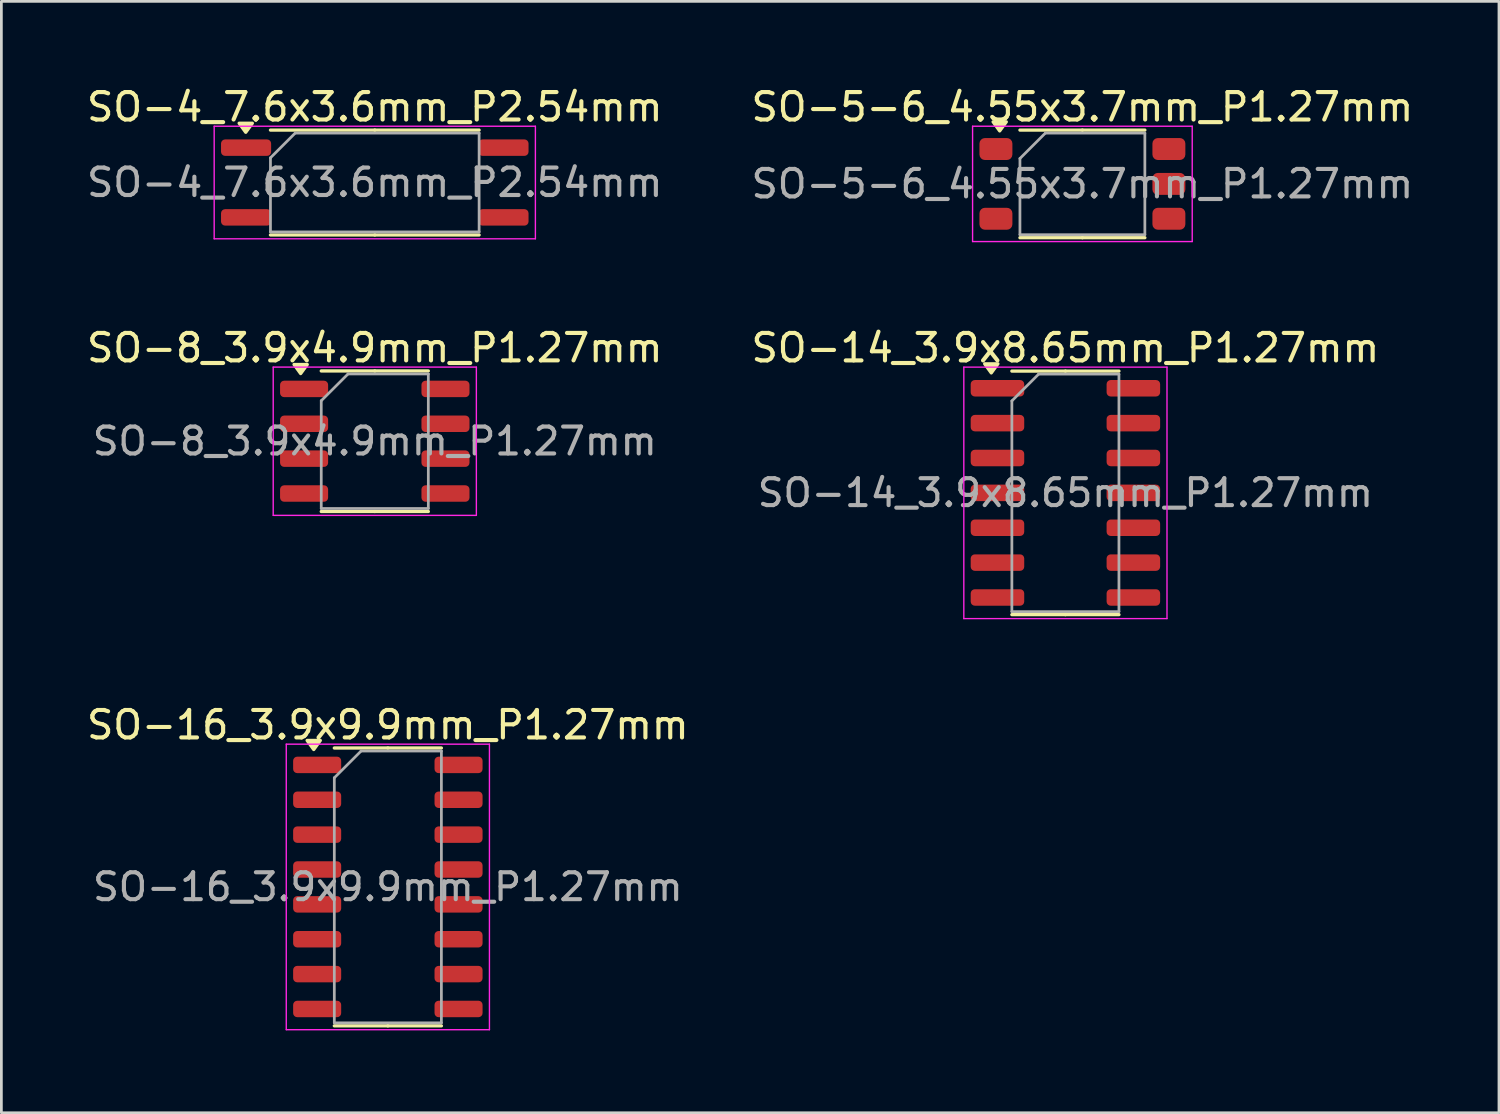
<source format=kicad_pcb>
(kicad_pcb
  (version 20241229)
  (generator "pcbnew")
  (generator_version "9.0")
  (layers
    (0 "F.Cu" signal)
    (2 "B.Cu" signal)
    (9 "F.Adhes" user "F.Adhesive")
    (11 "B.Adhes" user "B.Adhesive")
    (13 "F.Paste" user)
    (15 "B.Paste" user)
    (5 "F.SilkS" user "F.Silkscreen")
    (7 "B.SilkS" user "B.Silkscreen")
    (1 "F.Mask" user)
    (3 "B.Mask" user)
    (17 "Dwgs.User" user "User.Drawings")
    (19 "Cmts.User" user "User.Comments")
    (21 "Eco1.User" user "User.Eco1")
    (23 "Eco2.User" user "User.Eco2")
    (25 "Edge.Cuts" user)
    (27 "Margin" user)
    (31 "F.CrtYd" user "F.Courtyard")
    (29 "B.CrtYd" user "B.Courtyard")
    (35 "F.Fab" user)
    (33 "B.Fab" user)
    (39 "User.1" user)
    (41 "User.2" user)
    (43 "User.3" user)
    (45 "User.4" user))
  (footprint "SO-14_3.9x8.65mm_P1.27mm"
    (layer "F.Cu")
    (at 35.756 14.902)
    (property "Reference" "SO-14_3.9x8.65mm_P1.27mm" (at 0 -5.28 0) (layer "F.SilkS") (effects (font (size 1 1) (thickness 0.15))))
    (attr smd)
    (fp_line (start 0 -4.435) (end -1.95 -4.435) (stroke (width 0.12) (type solid)) (layer "F.SilkS"))
    (fp_line (start 0 -4.435) (end 1.95 -4.435) (stroke (width 0.12) (type solid)) (layer "F.SilkS"))
    (fp_line (start 0 4.435) (end -1.95 4.435) (stroke (width 0.12) (type solid)) (layer "F.SilkS"))
    (fp_line (start 0 4.435) (end 1.95 4.435) (stroke (width 0.12) (type solid)) (layer "F.SilkS"))
    (fp_poly (pts (xy -2.7 -4.37) (xy -2.94 -4.7) (xy -2.46 -4.7) (xy -2.7 -4.37)) (stroke (width 0.12) (type solid)) (fill yes) (layer "F.SilkS"))
    (fp_line (start -3.7 -4.58) (end -3.7 4.58) (stroke (width 0.05) (type solid)) (layer "F.CrtYd"))
    (fp_line (start -3.7 4.58) (end 3.7 4.58) (stroke (width 0.05) (type solid)) (layer "F.CrtYd"))
    (fp_line (start 3.7 -4.58) (end -3.7 -4.58) (stroke (width 0.05) (type solid)) (layer "F.CrtYd"))
    (fp_line (start 3.7 4.58) (end 3.7 -4.58) (stroke (width 0.05) (type solid)) (layer "F.CrtYd"))
    (fp_line (start -1.95 -3.35) (end -0.975 -4.325) (stroke (width 0.1) (type solid)) (layer "F.Fab"))
    (fp_line (start -1.95 4.325) (end -1.95 -3.35) (stroke (width 0.1) (type solid)) (layer "F.Fab"))
    (fp_line (start -0.975 -4.325) (end 1.95 -4.325) (stroke (width 0.1) (type solid)) (layer "F.Fab"))
    (fp_line (start 1.95 -4.325) (end 1.95 4.325) (stroke (width 0.1) (type solid)) (layer "F.Fab"))
    (fp_line (start 1.95 4.325) (end -1.95 4.325) (stroke (width 0.1) (type solid)) (layer "F.Fab"))
    (fp_text user "${REFERENCE}" (at 0 0 0) (layer "F.Fab") (effects (font (size 0.98 0.98) (thickness 0.15))))
    (pad "1" smd roundrect (at -2.475 -3.81) (size 1.95 0.6) (layers "F.Cu" "F.Mask" "F.Paste") (roundrect_rratio 0.25))
    (pad "2" smd roundrect (at -2.475 -2.54) (size 1.95 0.6) (layers "F.Cu" "F.Mask" "F.Paste") (roundrect_rratio 0.25))
    (pad "3" smd roundrect (at -2.475 -1.27) (size 1.95 0.6) (layers "F.Cu" "F.Mask" "F.Paste") (roundrect_rratio 0.25))
    (pad "4" smd roundrect (at -2.475 0) (size 1.95 0.6) (layers "F.Cu" "F.Mask" "F.Paste") (roundrect_rratio 0.25))
    (pad "5" smd roundrect (at -2.475 1.27) (size 1.95 0.6) (layers "F.Cu" "F.Mask" "F.Paste") (roundrect_rratio 0.25))
    (pad "6" smd roundrect (at -2.475 2.54) (size 1.95 0.6) (layers "F.Cu" "F.Mask" "F.Paste") (roundrect_rratio 0.25))
    (pad "7" smd roundrect (at -2.475 3.81) (size 1.95 0.6) (layers "F.Cu" "F.Mask" "F.Paste") (roundrect_rratio 0.25))
    (pad "8" smd roundrect (at 2.475 3.81) (size 1.95 0.6) (layers "F.Cu" "F.Mask" "F.Paste") (roundrect_rratio 0.25))
    (pad "9" smd roundrect (at 2.475 2.54) (size 1.95 0.6) (layers "F.Cu" "F.Mask" "F.Paste") (roundrect_rratio 0.25))
    (pad "10" smd roundrect (at 2.475 1.27) (size 1.95 0.6) (layers "F.Cu" "F.Mask" "F.Paste") (roundrect_rratio 0.25))
    (pad "11" smd roundrect (at 2.475 0) (size 1.95 0.6) (layers "F.Cu" "F.Mask" "F.Paste") (roundrect_rratio 0.25))
    (pad "12" smd roundrect (at 2.475 -1.27) (size 1.95 0.6) (layers "F.Cu" "F.Mask" "F.Paste") (roundrect_rratio 0.25))
    (pad "13" smd roundrect (at 2.475 -2.54) (size 1.95 0.6) (layers "F.Cu" "F.Mask" "F.Paste") (roundrect_rratio 0.25))
    (pad "14" smd roundrect (at 2.475 -3.81) (size 1.95 0.6) (layers "F.Cu" "F.Mask" "F.Paste") (roundrect_rratio 0.25)))
  (footprint "SO-5-6_4.55x3.7mm_P1.27mm"
    (layer "F.Cu")
    (at 36.375 3.648)
    (property "Reference" "SO-5-6_4.55x3.7mm_P1.27mm" (at 0 -2.8 0) (layer "F.SilkS") (effects (font (size 1 1) (thickness 0.15))))
    (attr smd)
    (fp_line (start 0 -1.96) (end -2.275 -1.96) (stroke (width 0.12) (type solid)) (layer "F.SilkS"))
    (fp_line (start 0 -1.96) (end 2.275 -1.96) (stroke (width 0.12) (type solid)) (layer "F.SilkS"))
    (fp_line (start 0 1.96) (end -2.275 1.96) (stroke (width 0.12) (type solid)) (layer "F.SilkS"))
    (fp_line (start 0 1.96) (end 2.275 1.96) (stroke (width 0.12) (type solid)) (layer "F.SilkS"))
    (fp_poly (pts (xy -3.013 -1.93) (xy -3.252 -2.26) (xy -2.772 -2.26) (xy -3.013 -1.93)) (stroke (width 0.12) (type solid)) (fill yes) (layer "F.SilkS"))
    (fp_line (start -4 -2.1) (end -4 2.1) (stroke (width 0.05) (type solid)) (layer "F.CrtYd"))
    (fp_line (start -4 2.1) (end 4 2.1) (stroke (width 0.05) (type solid)) (layer "F.CrtYd"))
    (fp_line (start 4 -2.1) (end -4 -2.1) (stroke (width 0.05) (type solid)) (layer "F.CrtYd"))
    (fp_line (start 4 2.1) (end 4 -2.1) (stroke (width 0.05) (type solid)) (layer "F.CrtYd"))
    (fp_line (start -2.275 -0.925) (end -1.35 -1.85) (stroke (width 0.1) (type solid)) (layer "F.Fab"))
    (fp_line (start -2.275 1.85) (end -2.275 -0.925) (stroke (width 0.1) (type solid)) (layer "F.Fab"))
    (fp_line (start -1.35 -1.85) (end 2.275 -1.85) (stroke (width 0.1) (type solid)) (layer "F.Fab"))
    (fp_line (start 2.275 -1.85) (end 2.275 1.85) (stroke (width 0.1) (type solid)) (layer "F.Fab"))
    (fp_line (start 2.275 1.85) (end -2.275 1.85) (stroke (width 0.1) (type solid)) (layer "F.Fab"))
    (fp_text user "${REFERENCE}" (at 0 0 0) (layer "F.Fab") (effects (font (size 1 1) (thickness 0.15))))
    (pad "1" smd roundrect (at -3.15 -1.27) (size 1.2 0.8) (layers "F.Cu" "F.Mask" "F.Paste") (roundrect_rratio 0.25))
    (pad "3" smd roundrect (at -3.15 1.27) (size 1.2 0.8) (layers "F.Cu" "F.Mask" "F.Paste") (roundrect_rratio 0.25))
    (pad "4" smd roundrect (at 3.15 1.27) (size 1.2 0.8) (layers "F.Cu" "F.Mask" "F.Paste") (roundrect_rratio 0.25))
    (pad "5" smd roundrect (at 3.15 0) (size 1.2 0.8) (layers "F.Cu" "F.Mask" "F.Paste") (roundrect_rratio 0.25))
    (pad "6" smd roundrect (at 3.15 -1.27) (size 1.2 0.8) (layers "F.Cu" "F.Mask" "F.Paste") (roundrect_rratio 0.25)))
  (footprint "SO-8_3.9x4.9mm_P1.27mm"
    (layer "F.Cu")
    (at 10.601 13.021)
    (property "Reference" "SO-8_3.9x4.9mm_P1.27mm" (at 0 -3.4 0) (layer "F.SilkS") (effects (font (size 1 1) (thickness 0.15))))
    (attr smd)
    (fp_line (start 0 -2.56) (end -1.95 -2.56) (stroke (width 0.12) (type solid)) (layer "F.SilkS"))
    (fp_line (start 0 -2.56) (end 1.95 -2.56) (stroke (width 0.12) (type solid)) (layer "F.SilkS"))
    (fp_line (start 0 2.56) (end -1.95 2.56) (stroke (width 0.12) (type solid)) (layer "F.SilkS"))
    (fp_line (start 0 2.56) (end 1.95 2.56) (stroke (width 0.12) (type solid)) (layer "F.SilkS"))
    (fp_poly (pts (xy -2.7 -2.465) (xy -2.94 -2.795) (xy -2.46 -2.795) (xy -2.7 -2.465)) (stroke (width 0.12) (type solid)) (fill yes) (layer "F.SilkS"))
    (fp_line (start -3.7 -2.7) (end -3.7 2.7) (stroke (width 0.05) (type solid)) (layer "F.CrtYd"))
    (fp_line (start -3.7 2.7) (end 3.7 2.7) (stroke (width 0.05) (type solid)) (layer "F.CrtYd"))
    (fp_line (start 3.7 -2.7) (end -3.7 -2.7) (stroke (width 0.05) (type solid)) (layer "F.CrtYd"))
    (fp_line (start 3.7 2.7) (end 3.7 -2.7) (stroke (width 0.05) (type solid)) (layer "F.CrtYd"))
    (fp_line (start -1.95 -1.475) (end -0.975 -2.45) (stroke (width 0.1) (type solid)) (layer "F.Fab"))
    (fp_line (start -1.95 2.45) (end -1.95 -1.475) (stroke (width 0.1) (type solid)) (layer "F.Fab"))
    (fp_line (start -0.975 -2.45) (end 1.95 -2.45) (stroke (width 0.1) (type solid)) (layer "F.Fab"))
    (fp_line (start 1.95 -2.45) (end 1.95 2.45) (stroke (width 0.1) (type solid)) (layer "F.Fab"))
    (fp_line (start 1.95 2.45) (end -1.95 2.45) (stroke (width 0.1) (type solid)) (layer "F.Fab"))
    (fp_text user "${REFERENCE}" (at 0 0 0) (layer "F.Fab") (effects (font (size 0.98 0.98) (thickness 0.15))))
    (pad "1" smd roundrect (at -2.575 -1.905) (size 1.75 0.6) (layers "F.Cu" "F.Mask" "F.Paste") (roundrect_rratio 0.25))
    (pad "2" smd roundrect (at -2.575 -0.635) (size 1.75 0.6) (layers "F.Cu" "F.Mask" "F.Paste") (roundrect_rratio 0.25))
    (pad "3" smd roundrect (at -2.575 0.635) (size 1.75 0.6) (layers "F.Cu" "F.Mask" "F.Paste") (roundrect_rratio 0.25))
    (pad "4" smd roundrect (at -2.575 1.905) (size 1.75 0.6) (layers "F.Cu" "F.Mask" "F.Paste") (roundrect_rratio 0.25))
    (pad "5" smd roundrect (at 2.575 1.905) (size 1.75 0.6) (layers "F.Cu" "F.Mask" "F.Paste") (roundrect_rratio 0.25))
    (pad "6" smd roundrect (at 2.575 0.635) (size 1.75 0.6) (layers "F.Cu" "F.Mask" "F.Paste") (roundrect_rratio 0.25))
    (pad "7" smd roundrect (at 2.575 -0.635) (size 1.75 0.6) (layers "F.Cu" "F.Mask" "F.Paste") (roundrect_rratio 0.25))
    (pad "8" smd roundrect (at 2.575 -1.905) (size 1.75 0.6) (layers "F.Cu" "F.Mask" "F.Paste") (roundrect_rratio 0.25)))
  (footprint "SO-4_7.6x3.6mm_P2.54mm"
    (layer "F.Cu")
    (at 10.601 3.598)
    (property "Reference" "SO-4_7.6x3.6mm_P2.54mm" (at 0 -2.75 0) (layer "F.SilkS") (effects (font (size 1 1) (thickness 0.15))))
    (attr smd)
    (fp_line (start 0 -1.91) (end -3.8 -1.91) (stroke (width 0.12) (type solid)) (layer "F.SilkS"))
    (fp_line (start 0 -1.91) (end 3.8 -1.91) (stroke (width 0.12) (type solid)) (layer "F.SilkS"))
    (fp_line (start 0 1.91) (end -3.8 1.91) (stroke (width 0.12) (type solid)) (layer "F.SilkS"))
    (fp_line (start 0 1.91) (end 3.8 1.91) (stroke (width 0.12) (type solid)) (layer "F.SilkS"))
    (fp_poly (pts (xy -4.7 -1.83) (xy -4.94 -2.16) (xy -4.46 -2.16) (xy -4.7 -1.83)) (stroke (width 0.12) (type solid)) (fill yes) (layer "F.SilkS"))
    (fp_line (start -5.85 -2.05) (end -5.85 2.05) (stroke (width 0.05) (type solid)) (layer "F.CrtYd"))
    (fp_line (start -5.85 2.05) (end 5.85 2.05) (stroke (width 0.05) (type solid)) (layer "F.CrtYd"))
    (fp_line (start 5.85 -2.05) (end -5.85 -2.05) (stroke (width 0.05) (type solid)) (layer "F.CrtYd"))
    (fp_line (start 5.85 2.05) (end 5.85 -2.05) (stroke (width 0.05) (type solid)) (layer "F.CrtYd"))
    (fp_line (start -3.8 -0.9) (end -2.9 -1.8) (stroke (width 0.1) (type solid)) (layer "F.Fab"))
    (fp_line (start -3.8 1.8) (end -3.8 -0.9) (stroke (width 0.1) (type solid)) (layer "F.Fab"))
    (fp_line (start -2.9 -1.8) (end 3.8 -1.8) (stroke (width 0.1) (type solid)) (layer "F.Fab"))
    (fp_line (start 3.8 -1.8) (end 3.8 1.8) (stroke (width 0.1) (type solid)) (layer "F.Fab"))
    (fp_line (start 3.8 1.8) (end -3.8 1.8) (stroke (width 0.1) (type solid)) (layer "F.Fab"))
    (fp_text user "${REFERENCE}" (at 0 0 0) (layer "F.Fab") (effects (font (size 1 1) (thickness 0.15))))
    (pad "1" smd roundrect (at -4.688 -1.27) (size 1.825 0.6) (layers "F.Cu" "F.Mask" "F.Paste") (roundrect_rratio 0.25))
    (pad "2" smd roundrect (at -4.688 1.27) (size 1.825 0.6) (layers "F.Cu" "F.Mask" "F.Paste") (roundrect_rratio 0.25))
    (pad "3" smd roundrect (at 4.688 1.27) (size 1.825 0.6) (layers "F.Cu" "F.Mask" "F.Paste") (roundrect_rratio 0.25))
    (pad "4" smd roundrect (at 4.688 -1.27) (size 1.825 0.6) (layers "F.Cu" "F.Mask" "F.Paste") (roundrect_rratio 0.25)))
  (footprint "SO-16_3.9x9.9mm_P1.27mm"
    (layer "F.Cu")
    (at 11.077 29.255)
    (property "Reference" "SO-16_3.9x9.9mm_P1.27mm" (at 0 -5.9 0) (layer "F.SilkS") (effects (font (size 1 1) (thickness 0.15))))
    (attr smd)
    (fp_line (start 0 -5.06) (end -1.95 -5.06) (stroke (width 0.12) (type solid)) (layer "F.SilkS"))
    (fp_line (start 0 -5.06) (end 1.95 -5.06) (stroke (width 0.12) (type solid)) (layer "F.SilkS"))
    (fp_line (start 0 5.06) (end -1.95 5.06) (stroke (width 0.12) (type solid)) (layer "F.SilkS"))
    (fp_line (start 0 5.06) (end 1.95 5.06) (stroke (width 0.12) (type solid)) (layer "F.SilkS"))
    (fp_poly (pts (xy -2.7 -5.005) (xy -2.94 -5.335) (xy -2.46 -5.335) (xy -2.7 -5.005)) (stroke (width 0.12) (type solid)) (fill yes) (layer "F.SilkS"))
    (fp_line (start -3.7 -5.2) (end -3.7 5.2) (stroke (width 0.05) (type solid)) (layer "F.CrtYd"))
    (fp_line (start -3.7 5.2) (end 3.7 5.2) (stroke (width 0.05) (type solid)) (layer "F.CrtYd"))
    (fp_line (start 3.7 -5.2) (end -3.7 -5.2) (stroke (width 0.05) (type solid)) (layer "F.CrtYd"))
    (fp_line (start 3.7 5.2) (end 3.7 -5.2) (stroke (width 0.05) (type solid)) (layer "F.CrtYd"))
    (fp_line (start -1.95 -3.975) (end -0.975 -4.95) (stroke (width 0.1) (type solid)) (layer "F.Fab"))
    (fp_line (start -1.95 4.95) (end -1.95 -3.975) (stroke (width 0.1) (type solid)) (layer "F.Fab"))
    (fp_line (start -0.975 -4.95) (end 1.95 -4.95) (stroke (width 0.1) (type solid)) (layer "F.Fab"))
    (fp_line (start 1.95 -4.95) (end 1.95 4.95) (stroke (width 0.1) (type solid)) (layer "F.Fab"))
    (fp_line (start 1.95 4.95) (end -1.95 4.95) (stroke (width 0.1) (type solid)) (layer "F.Fab"))
    (fp_text user "${REFERENCE}" (at 0 0 0) (layer "F.Fab") (effects (font (size 0.98 0.98) (thickness 0.15))))
    (pad "1" smd roundrect (at -2.575 -4.445) (size 1.75 0.6) (layers "F.Cu" "F.Mask" "F.Paste") (roundrect_rratio 0.25))
    (pad "2" smd roundrect (at -2.575 -3.175) (size 1.75 0.6) (layers "F.Cu" "F.Mask" "F.Paste") (roundrect_rratio 0.25))
    (pad "3" smd roundrect (at -2.575 -1.905) (size 1.75 0.6) (layers "F.Cu" "F.Mask" "F.Paste") (roundrect_rratio 0.25))
    (pad "4" smd roundrect (at -2.575 -0.635) (size 1.75 0.6) (layers "F.Cu" "F.Mask" "F.Paste") (roundrect_rratio 0.25))
    (pad "5" smd roundrect (at -2.575 0.635) (size 1.75 0.6) (layers "F.Cu" "F.Mask" "F.Paste") (roundrect_rratio 0.25))
    (pad "6" smd roundrect (at -2.575 1.905) (size 1.75 0.6) (layers "F.Cu" "F.Mask" "F.Paste") (roundrect_rratio 0.25))
    (pad "7" smd roundrect (at -2.575 3.175) (size 1.75 0.6) (layers "F.Cu" "F.Mask" "F.Paste") (roundrect_rratio 0.25))
    (pad "8" smd roundrect (at -2.575 4.445) (size 1.75 0.6) (layers "F.Cu" "F.Mask" "F.Paste") (roundrect_rratio 0.25))
    (pad "9" smd roundrect (at 2.575 4.445) (size 1.75 0.6) (layers "F.Cu" "F.Mask" "F.Paste") (roundrect_rratio 0.25))
    (pad "10" smd roundrect (at 2.575 3.175) (size 1.75 0.6) (layers "F.Cu" "F.Mask" "F.Paste") (roundrect_rratio 0.25))
    (pad "11" smd roundrect (at 2.575 1.905) (size 1.75 0.6) (layers "F.Cu" "F.Mask" "F.Paste") (roundrect_rratio 0.25))
    (pad "12" smd roundrect (at 2.575 0.635) (size 1.75 0.6) (layers "F.Cu" "F.Mask" "F.Paste") (roundrect_rratio 0.25))
    (pad "13" smd roundrect (at 2.575 -0.635) (size 1.75 0.6) (layers "F.Cu" "F.Mask" "F.Paste") (roundrect_rratio 0.25))
    (pad "14" smd roundrect (at 2.575 -1.905) (size 1.75 0.6) (layers "F.Cu" "F.Mask" "F.Paste") (roundrect_rratio 0.25))
    (pad "15" smd roundrect (at 2.575 -3.175) (size 1.75 0.6) (layers "F.Cu" "F.Mask" "F.Paste") (roundrect_rratio 0.25))
    (pad "16" smd roundrect (at 2.575 -4.445) (size 1.75 0.6) (layers "F.Cu" "F.Mask" "F.Paste") (roundrect_rratio 0.25)))
  (gr_rect
    (start -3 -3)
    (end 51.548 37.48)
    (stroke (width 0.1) (type default))
    (fill no)
    (layer "Edge.Cuts")))
</source>
